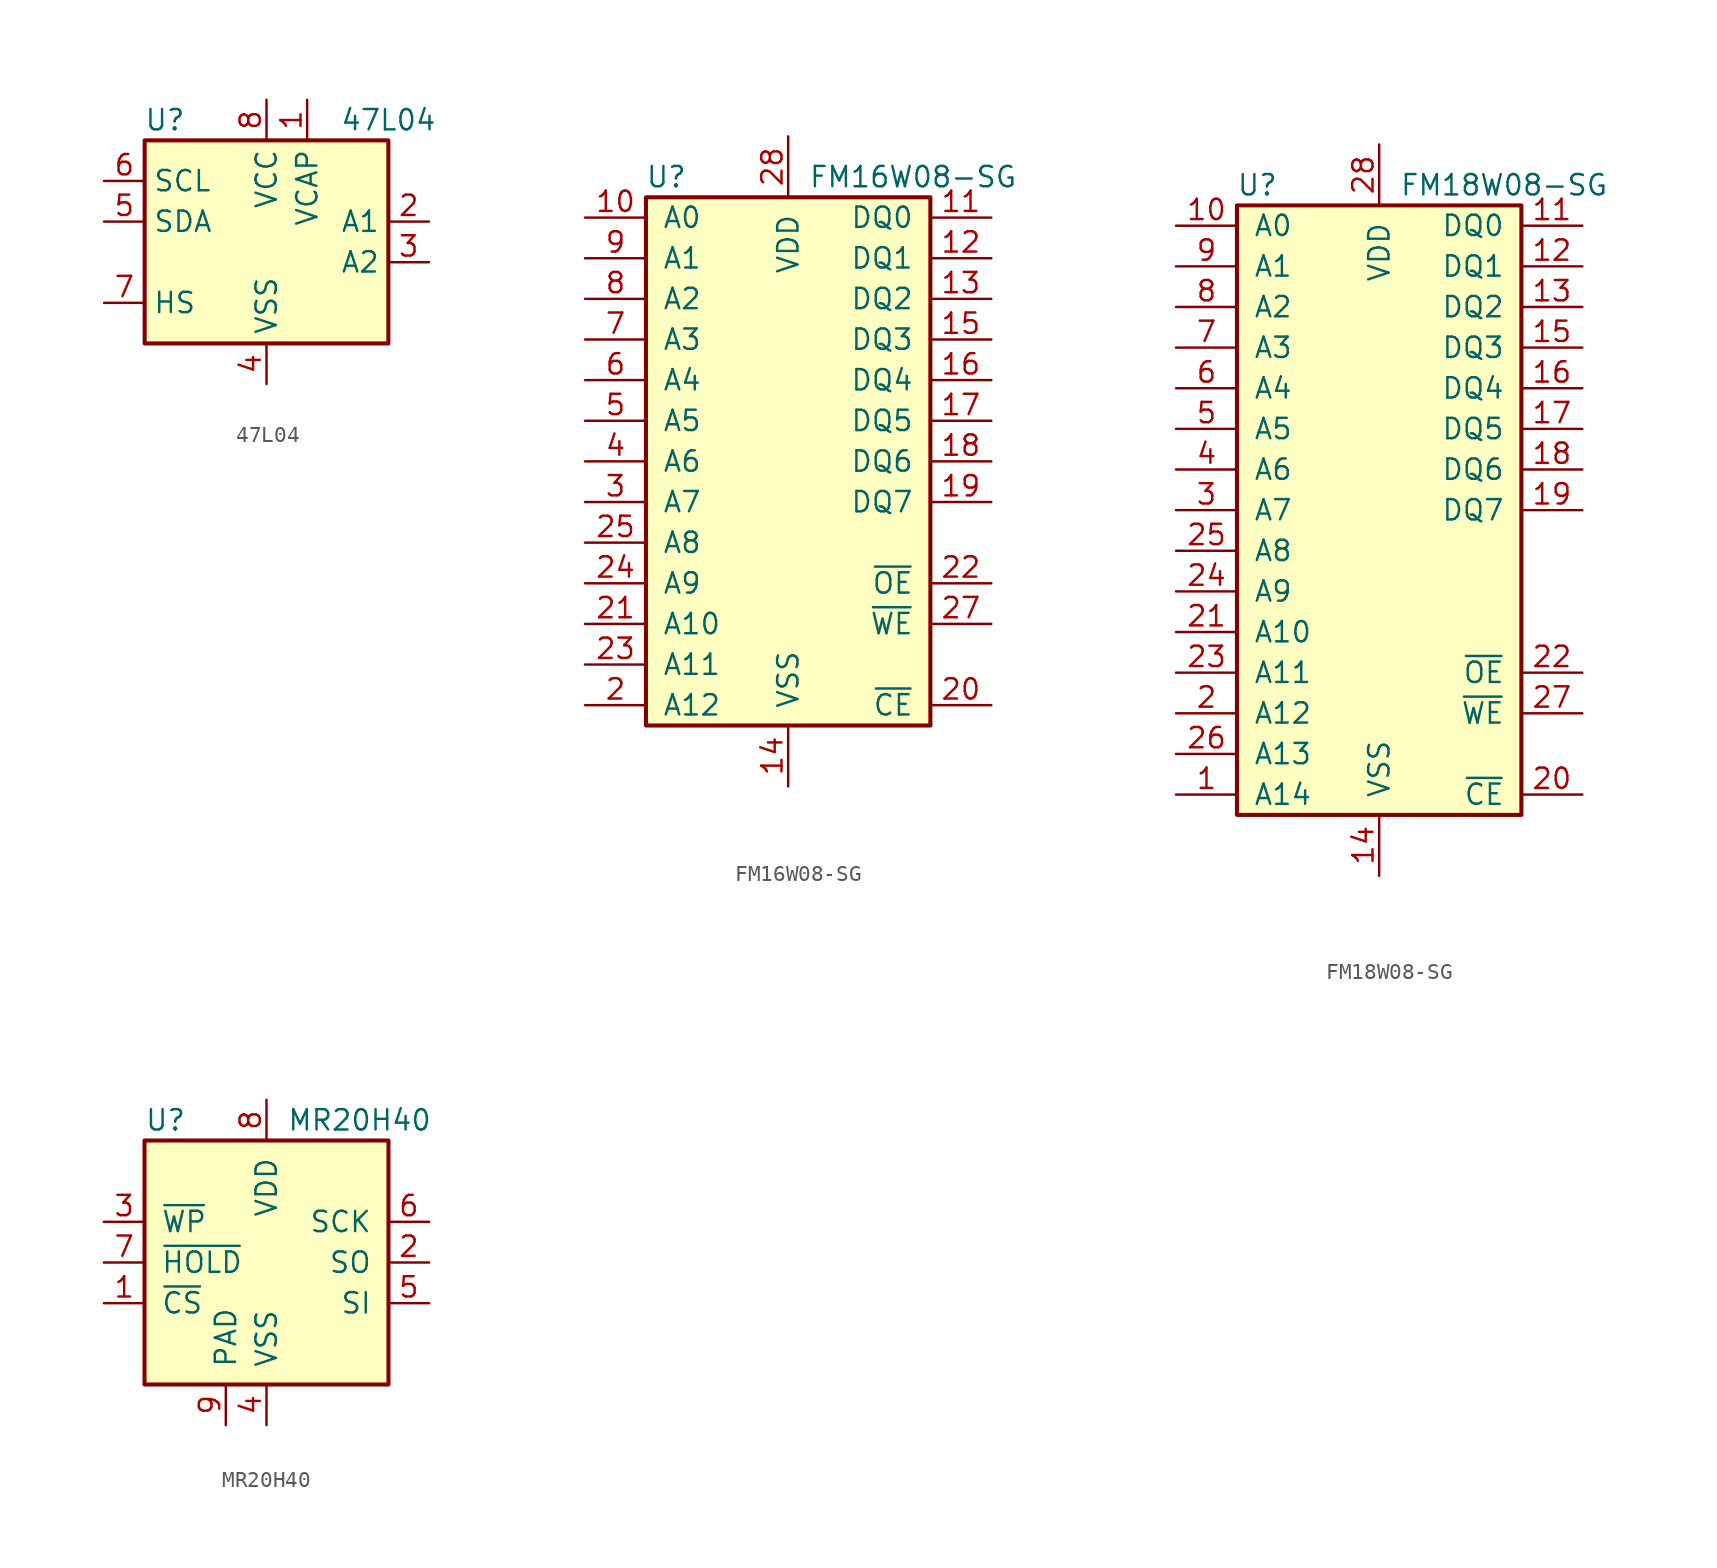
<source format=kicad_sym>
(kicad_symbol_lib
  (version 20201005)
  (generator kicad_symbol_editor)
  (symbol "47L04"
    (property "Reference" "U"
      (at -6.35 6.35 0)
      (effects (font (size 1.27 1.27))))
    (property "Value" "47L04"
      (at 7.62 6.35 0)
      (effects (font (size 1.27 1.27))))
    (symbol "47L04_1_1"
      (rectangle (start -7.62 5.08) (end 7.62 -7.62) (stroke (width 0.254)) (fill (type background)))
      (pin power_in line (at 2.54 7.62 270) (length 2.54) (name "VCAP" (effects (font (size 1.27 1.27)))) (number "1" (effects (font (size 1.27 1.27)))))
      (pin input line (at 10.16 0 180) (length 2.54) (name "A1" (effects (font (size 1.27 1.27)))) (number "2" (effects (font (size 1.27 1.27)))))
      (pin input line (at 10.16 -2.54 180) (length 2.54) (name "A2" (effects (font (size 1.27 1.27)))) (number "3" (effects (font (size 1.27 1.27)))))
      (pin power_in line (at 0 -10.16 90) (length 2.54) (name "VSS" (effects (font (size 1.27 1.27)))) (number "4" (effects (font (size 1.27 1.27)))))
      (pin bidirectional line (at -10.16 0 0) (length 2.54) (name "SDA" (effects (font (size 1.27 1.27)))) (number "5" (effects (font (size 1.27 1.27)))))
      (pin input line (at -10.16 2.54 0) (length 2.54) (name "SCL" (effects (font (size 1.27 1.27)))) (number "6" (effects (font (size 1.27 1.27)))))
      (pin input line (at -10.16 -5.08 0) (length 2.54) (name "HS" (effects (font (size 1.27 1.27)))) (number "7" (effects (font (size 1.27 1.27)))))
      (pin power_in line (at 0 7.62 270) (length 2.54) (name "VCC" (effects (font (size 1.27 1.27)))) (number "8" (effects (font (size 1.27 1.27)))))))
  (symbol "FM16W08-SG"
    (pin_names
      (offset 1.016))
    (property "Reference" "U"
      (at -7.62 17.78 0)
      (effects (font (size 1.27 1.27))))
    (property "Value" "FM16W08-SG"
      (at 1.27 17.78 0)
      (effects (font (size 1.27 1.27)) (justify left)))
    (symbol "FM16W08-SG_0_1"
      (rectangle (start -8.89 16.51) (end 8.89 -16.51) (stroke (width 0.254)) (fill (type background))))
    (symbol "FM16W08-SG_1_1"
      (pin input line (at -12.7 15.24 0) (length 3.81) (name "A0" (effects (font (size 1.27 1.27)))) (number "10" (effects (font (size 1.27 1.27)))))
      (pin bidirectional line (at 12.7 15.24 180) (length 3.81) (name "DQ0" (effects (font (size 1.27 1.27)))) (number "11" (effects (font (size 1.27 1.27)))))
      (pin bidirectional line (at 12.7 12.7 180) (length 3.81) (name "DQ1" (effects (font (size 1.27 1.27)))) (number "12" (effects (font (size 1.27 1.27)))))
      (pin bidirectional line (at 12.7 10.16 180) (length 3.81) (name "DQ2" (effects (font (size 1.27 1.27)))) (number "13" (effects (font (size 1.27 1.27)))))
      (pin power_in line (at 0 -20.32 90) (length 3.81) (name "VSS" (effects (font (size 1.27 1.27)))) (number "14" (effects (font (size 1.27 1.27)))))
      (pin bidirectional line (at 12.7 7.62 180) (length 3.81) (name "DQ3" (effects (font (size 1.27 1.27)))) (number "15" (effects (font (size 1.27 1.27)))))
      (pin bidirectional line (at 12.7 5.08 180) (length 3.81) (name "DQ4" (effects (font (size 1.27 1.27)))) (number "16" (effects (font (size 1.27 1.27)))))
      (pin bidirectional line (at 12.7 2.54 180) (length 3.81) (name "DQ5" (effects (font (size 1.27 1.27)))) (number "17" (effects (font (size 1.27 1.27)))))
      (pin bidirectional line (at 12.7 0 180) (length 3.81) (name "DQ6" (effects (font (size 1.27 1.27)))) (number "18" (effects (font (size 1.27 1.27)))))
      (pin bidirectional line (at 12.7 -2.54 180) (length 3.81) (name "DQ7" (effects (font (size 1.27 1.27)))) (number "19" (effects (font (size 1.27 1.27)))))
      (pin input line (at -12.7 -15.24 0) (length 3.81) (name "A12" (effects (font (size 1.27 1.27)))) (number "2" (effects (font (size 1.27 1.27)))))
      (pin input line (at 12.7 -15.24 180) (length 3.81) (name "~CE~" (effects (font (size 1.27 1.27)))) (number "20" (effects (font (size 1.27 1.27)))))
      (pin input line (at -12.7 -10.16 0) (length 3.81) (name "A10" (effects (font (size 1.27 1.27)))) (number "21" (effects (font (size 1.27 1.27)))))
      (pin input line (at 12.7 -7.62 180) (length 3.81) (name "~OE~" (effects (font (size 1.27 1.27)))) (number "22" (effects (font (size 1.27 1.27)))))
      (pin input line (at -12.7 -12.7 0) (length 3.81) (name "A11" (effects (font (size 1.27 1.27)))) (number "23" (effects (font (size 1.27 1.27)))))
      (pin input line (at -12.7 -7.62 0) (length 3.81) (name "A9" (effects (font (size 1.27 1.27)))) (number "24" (effects (font (size 1.27 1.27)))))
      (pin input line (at -12.7 -5.08 0) (length 3.81) (name "A8" (effects (font (size 1.27 1.27)))) (number "25" (effects (font (size 1.27 1.27)))))
      (pin input line (at 12.7 -10.16 180) (length 3.81) (name "~WE~" (effects (font (size 1.27 1.27)))) (number "27" (effects (font (size 1.27 1.27)))))
      (pin power_in line (at 0 20.32 270) (length 3.81) (name "VDD" (effects (font (size 1.27 1.27)))) (number "28" (effects (font (size 1.27 1.27)))))
      (pin input line (at -12.7 -2.54 0) (length 3.81) (name "A7" (effects (font (size 1.27 1.27)))) (number "3" (effects (font (size 1.27 1.27)))))
      (pin input line (at -12.7 0 0) (length 3.81) (name "A6" (effects (font (size 1.27 1.27)))) (number "4" (effects (font (size 1.27 1.27)))))
      (pin input line (at -12.7 2.54 0) (length 3.81) (name "A5" (effects (font (size 1.27 1.27)))) (number "5" (effects (font (size 1.27 1.27)))))
      (pin input line (at -12.7 5.08 0) (length 3.81) (name "A4" (effects (font (size 1.27 1.27)))) (number "6" (effects (font (size 1.27 1.27)))))
      (pin input line (at -12.7 7.62 0) (length 3.81) (name "A3" (effects (font (size 1.27 1.27)))) (number "7" (effects (font (size 1.27 1.27)))))
      (pin input line (at -12.7 10.16 0) (length 3.81) (name "A2" (effects (font (size 1.27 1.27)))) (number "8" (effects (font (size 1.27 1.27)))))
      (pin input line (at -12.7 12.7 0) (length 3.81) (name "A1" (effects (font (size 1.27 1.27)))) (number "9" (effects (font (size 1.27 1.27)))))))
  (symbol "FM18W08-SG"
    (pin_names
      (offset 1.016))
    (property "Reference" "U"
      (at -7.62 20.32 0)
      (effects (font (size 1.27 1.27))))
    (property "Value" "FM18W08-SG"
      (at 1.27 20.32 0)
      (effects (font (size 1.27 1.27)) (justify left)))
    (symbol "FM18W08-SG_0_1"
      (rectangle (start -8.89 19.05) (end 8.89 -19.05) (stroke (width 0.254)) (fill (type background))))
    (symbol "FM18W08-SG_1_1"
      (pin input line (at -12.7 -17.78 0) (length 3.81) (name "A14" (effects (font (size 1.27 1.27)))) (number "1" (effects (font (size 1.27 1.27)))))
      (pin input line (at -12.7 17.78 0) (length 3.81) (name "A0" (effects (font (size 1.27 1.27)))) (number "10" (effects (font (size 1.27 1.27)))))
      (pin bidirectional line (at 12.7 17.78 180) (length 3.81) (name "DQ0" (effects (font (size 1.27 1.27)))) (number "11" (effects (font (size 1.27 1.27)))))
      (pin bidirectional line (at 12.7 15.24 180) (length 3.81) (name "DQ1" (effects (font (size 1.27 1.27)))) (number "12" (effects (font (size 1.27 1.27)))))
      (pin bidirectional line (at 12.7 12.7 180) (length 3.81) (name "DQ2" (effects (font (size 1.27 1.27)))) (number "13" (effects (font (size 1.27 1.27)))))
      (pin power_in line (at 0 -22.86 90) (length 3.81) (name "VSS" (effects (font (size 1.27 1.27)))) (number "14" (effects (font (size 1.27 1.27)))))
      (pin bidirectional line (at 12.7 10.16 180) (length 3.81) (name "DQ3" (effects (font (size 1.27 1.27)))) (number "15" (effects (font (size 1.27 1.27)))))
      (pin bidirectional line (at 12.7 7.62 180) (length 3.81) (name "DQ4" (effects (font (size 1.27 1.27)))) (number "16" (effects (font (size 1.27 1.27)))))
      (pin bidirectional line (at 12.7 5.08 180) (length 3.81) (name "DQ5" (effects (font (size 1.27 1.27)))) (number "17" (effects (font (size 1.27 1.27)))))
      (pin bidirectional line (at 12.7 2.54 180) (length 3.81) (name "DQ6" (effects (font (size 1.27 1.27)))) (number "18" (effects (font (size 1.27 1.27)))))
      (pin bidirectional line (at 12.7 0 180) (length 3.81) (name "DQ7" (effects (font (size 1.27 1.27)))) (number "19" (effects (font (size 1.27 1.27)))))
      (pin input line (at -12.7 -12.7 0) (length 3.81) (name "A12" (effects (font (size 1.27 1.27)))) (number "2" (effects (font (size 1.27 1.27)))))
      (pin input line (at 12.7 -17.78 180) (length 3.81) (name "~CE~" (effects (font (size 1.27 1.27)))) (number "20" (effects (font (size 1.27 1.27)))))
      (pin input line (at -12.7 -7.62 0) (length 3.81) (name "A10" (effects (font (size 1.27 1.27)))) (number "21" (effects (font (size 1.27 1.27)))))
      (pin input line (at 12.7 -10.16 180) (length 3.81) (name "~OE~" (effects (font (size 1.27 1.27)))) (number "22" (effects (font (size 1.27 1.27)))))
      (pin input line (at -12.7 -10.16 0) (length 3.81) (name "A11" (effects (font (size 1.27 1.27)))) (number "23" (effects (font (size 1.27 1.27)))))
      (pin input line (at -12.7 -5.08 0) (length 3.81) (name "A9" (effects (font (size 1.27 1.27)))) (number "24" (effects (font (size 1.27 1.27)))))
      (pin input line (at -12.7 -2.54 0) (length 3.81) (name "A8" (effects (font (size 1.27 1.27)))) (number "25" (effects (font (size 1.27 1.27)))))
      (pin input line (at -12.7 -15.24 0) (length 3.81) (name "A13" (effects (font (size 1.27 1.27)))) (number "26" (effects (font (size 1.27 1.27)))))
      (pin input line (at 12.7 -12.7 180) (length 3.81) (name "~WE~" (effects (font (size 1.27 1.27)))) (number "27" (effects (font (size 1.27 1.27)))))
      (pin power_in line (at 0 22.86 270) (length 3.81) (name "VDD" (effects (font (size 1.27 1.27)))) (number "28" (effects (font (size 1.27 1.27)))))
      (pin input line (at -12.7 0 0) (length 3.81) (name "A7" (effects (font (size 1.27 1.27)))) (number "3" (effects (font (size 1.27 1.27)))))
      (pin input line (at -12.7 2.54 0) (length 3.81) (name "A6" (effects (font (size 1.27 1.27)))) (number "4" (effects (font (size 1.27 1.27)))))
      (pin input line (at -12.7 5.08 0) (length 3.81) (name "A5" (effects (font (size 1.27 1.27)))) (number "5" (effects (font (size 1.27 1.27)))))
      (pin input line (at -12.7 7.62 0) (length 3.81) (name "A4" (effects (font (size 1.27 1.27)))) (number "6" (effects (font (size 1.27 1.27)))))
      (pin input line (at -12.7 10.16 0) (length 3.81) (name "A3" (effects (font (size 1.27 1.27)))) (number "7" (effects (font (size 1.27 1.27)))))
      (pin input line (at -12.7 12.7 0) (length 3.81) (name "A2" (effects (font (size 1.27 1.27)))) (number "8" (effects (font (size 1.27 1.27)))))
      (pin input line (at -12.7 15.24 0) (length 3.81) (name "A1" (effects (font (size 1.27 1.27)))) (number "9" (effects (font (size 1.27 1.27)))))))
  (symbol "MR20H40"
    (pin_names
      (offset 1.016))
    (property "Reference" "U"
      (at -7.62 8.89 0)
      (effects (font (size 1.27 1.27)) (justify left)))
    (property "Value" "MR20H40"
      (at 1.27 8.89 0)
      (effects (font (size 1.27 1.27)) (justify left)))
    (symbol "MR20H40_0_1"
      (rectangle (start -7.62 7.62) (end 7.62 -7.62) (stroke (width 0.254)) (fill (type background))))
    (symbol "MR20H40_1_1"
      (pin input line (at -10.16 -2.54 0) (length 2.54) (name "~CS" (effects (font (size 1.27 1.27)))) (number "1" (effects (font (size 1.27 1.27)))))
      (pin output line (at 10.16 0 180) (length 2.54) (name "SO" (effects (font (size 1.27 1.27)))) (number "2" (effects (font (size 1.27 1.27)))))
      (pin input line (at -10.16 2.54 0) (length 2.54) (name "~WP" (effects (font (size 1.27 1.27)))) (number "3" (effects (font (size 1.27 1.27)))))
      (pin power_in line (at 0 -10.16 90) (length 2.54) (name "VSS" (effects (font (size 1.27 1.27)))) (number "4" (effects (font (size 1.27 1.27)))))
      (pin input line (at 10.16 -2.54 180) (length 2.54) (name "SI" (effects (font (size 1.27 1.27)))) (number "5" (effects (font (size 1.27 1.27)))))
      (pin input line (at 10.16 2.54 180) (length 2.54) (name "SCK" (effects (font (size 1.27 1.27)))) (number "6" (effects (font (size 1.27 1.27)))))
      (pin input line (at -10.16 0 0) (length 2.54) (name "~HOLD" (effects (font (size 1.27 1.27)))) (number "7" (effects (font (size 1.27 1.27)))))
      (pin power_in line (at 0 10.16 270) (length 2.54) (name "VDD" (effects (font (size 1.27 1.27)))) (number "8" (effects (font (size 1.27 1.27)))))
      (pin power_in line (at -2.54 -10.16 90) (length 2.54) (name "PAD" (effects (font (size 1.27 1.27)))) (number "9" (effects (font (size 1.27 1.27))))))))
</source>
